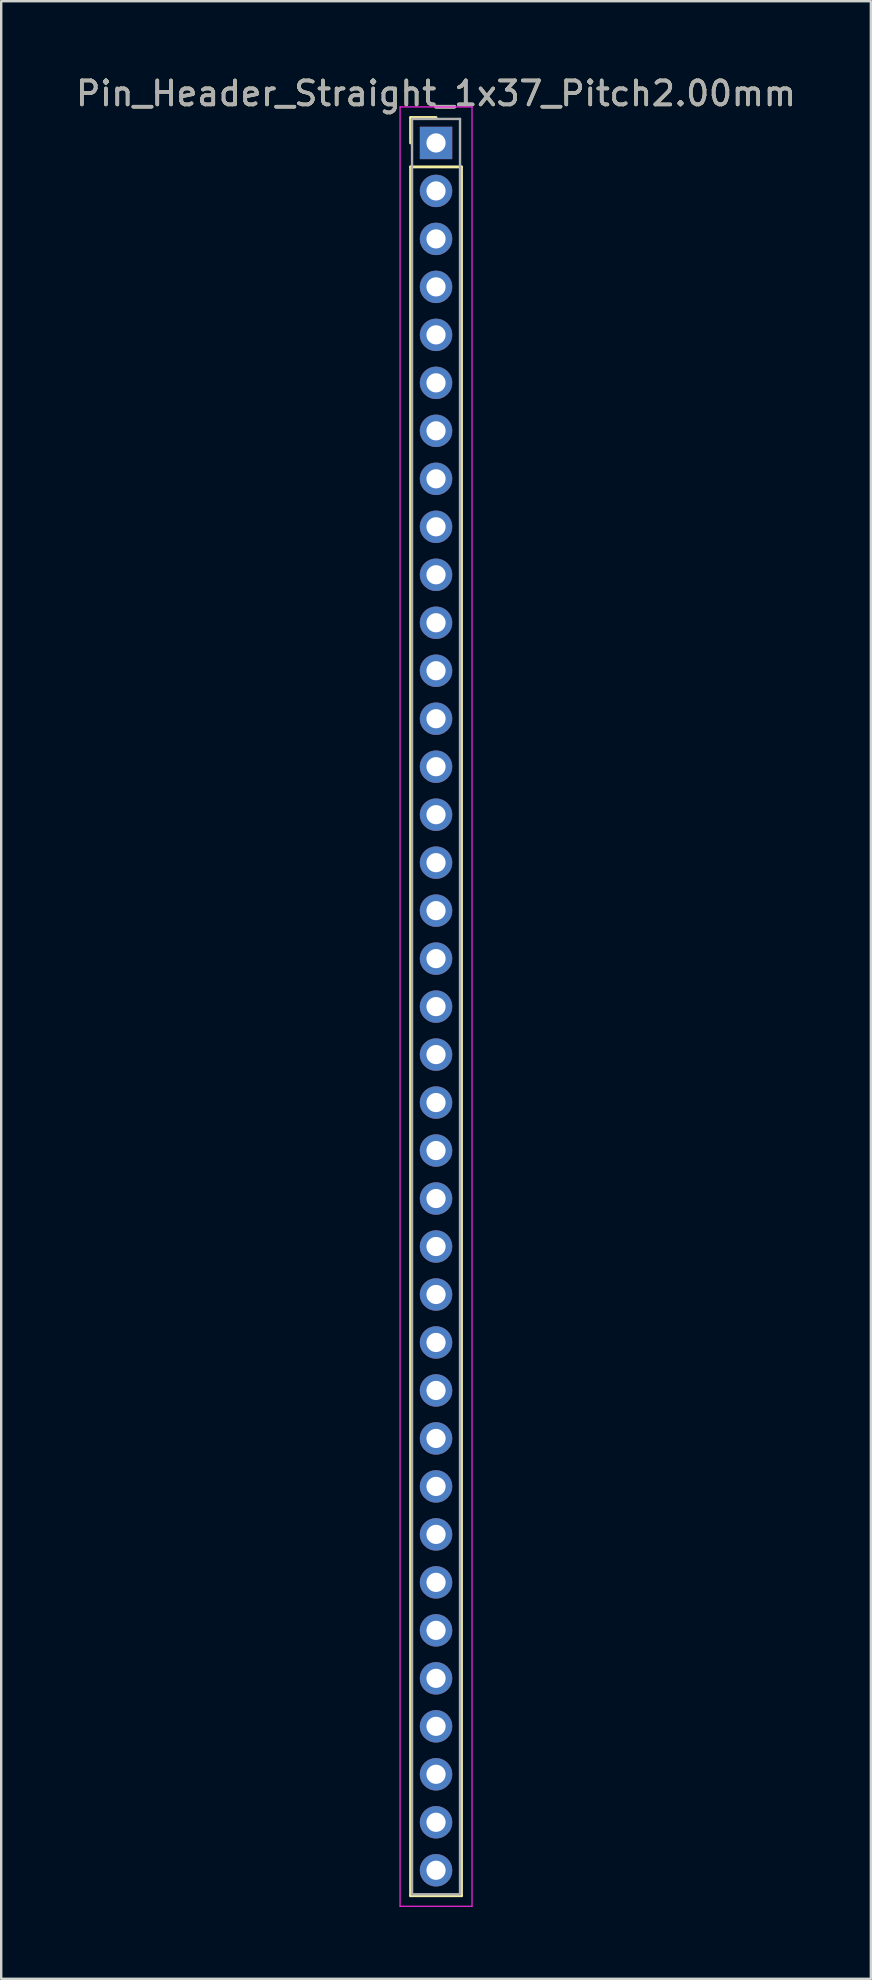
<source format=kicad_pcb>
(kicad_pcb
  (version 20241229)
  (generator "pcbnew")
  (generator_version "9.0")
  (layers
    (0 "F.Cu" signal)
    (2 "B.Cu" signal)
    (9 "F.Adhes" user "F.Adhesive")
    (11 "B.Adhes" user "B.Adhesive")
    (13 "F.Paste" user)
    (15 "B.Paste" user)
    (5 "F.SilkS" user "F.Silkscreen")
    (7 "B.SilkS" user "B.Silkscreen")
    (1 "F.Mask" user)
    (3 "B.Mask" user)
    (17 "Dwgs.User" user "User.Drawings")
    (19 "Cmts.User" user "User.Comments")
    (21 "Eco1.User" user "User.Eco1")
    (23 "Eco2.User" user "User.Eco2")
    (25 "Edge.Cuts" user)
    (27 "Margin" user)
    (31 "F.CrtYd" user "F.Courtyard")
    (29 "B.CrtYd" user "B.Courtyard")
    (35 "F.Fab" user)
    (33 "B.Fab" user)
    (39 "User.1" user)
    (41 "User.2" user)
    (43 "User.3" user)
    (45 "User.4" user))
  (footprint "Pin_Header_Straight_1x37_Pitch2.00mm"
    (layer "F.Cu")
    (at 15.125 2.908)
    (property "Reference" "Pin_Header_Straight_1x37_Pitch2.00mm" (at 0 -2.06 0) (layer "F.SilkS") (effects (font (size 1 1) (thickness 0.15))))
    (attr through_hole)
    (fp_line (start -1.06 -1.06) (end 0 -1.06) (stroke (width 0.12) (type solid)) (layer "F.SilkS"))
    (fp_line (start -1.06 0) (end -1.06 -1.06) (stroke (width 0.12) (type solid)) (layer "F.SilkS"))
    (fp_line (start -1.06 1) (end -1.06 73.06) (stroke (width 0.12) (type solid)) (layer "F.SilkS"))
    (fp_line (start -1.06 73.06) (end 1.06 73.06) (stroke (width 0.12) (type solid)) (layer "F.SilkS"))
    (fp_line (start 1.06 1) (end -1.06 1) (stroke (width 0.12) (type solid)) (layer "F.SilkS"))
    (fp_line (start 1.06 73.06) (end 1.06 1) (stroke (width 0.12) (type solid)) (layer "F.SilkS"))
    (fp_line (start -1.5 -1.5) (end -1.5 73.5) (stroke (width 0.05) (type solid)) (layer "F.CrtYd"))
    (fp_line (start -1.5 73.5) (end 1.5 73.5) (stroke (width 0.05) (type solid)) (layer "F.CrtYd"))
    (fp_line (start 1.5 -1.5) (end -1.5 -1.5) (stroke (width 0.05) (type solid)) (layer "F.CrtYd"))
    (fp_line (start 1.5 73.5) (end 1.5 -1.5) (stroke (width 0.05) (type solid)) (layer "F.CrtYd"))
    (fp_line (start -1 -1) (end -1 73) (stroke (width 0.1) (type solid)) (layer "F.Fab"))
    (fp_line (start -1 73) (end 1 73) (stroke (width 0.1) (type solid)) (layer "F.Fab"))
    (fp_line (start 1 -1) (end -1 -1) (stroke (width 0.1) (type solid)) (layer "F.Fab"))
    (fp_line (start 1 73) (end 1 -1) (stroke (width 0.1) (type solid)) (layer "F.Fab"))
    (fp_text user "${REFERENCE}" (at 0 -2.06 0) (layer "F.Fab") (effects (font (size 1 1) (thickness 0.15))))
    (pad "1" thru_hole rect (at 0 0) (size 1.35 1.35) (drill 0.8) (layers "*.Cu" "*.Mask"))
    (pad "2" thru_hole oval (at 0 2) (size 1.35 1.35) (drill 0.8) (layers "*.Cu" "*.Mask"))
    (pad "3" thru_hole oval (at 0 4) (size 1.35 1.35) (drill 0.8) (layers "*.Cu" "*.Mask"))
    (pad "4" thru_hole oval (at 0 6) (size 1.35 1.35) (drill 0.8) (layers "*.Cu" "*.Mask"))
    (pad "5" thru_hole oval (at 0 8) (size 1.35 1.35) (drill 0.8) (layers "*.Cu" "*.Mask"))
    (pad "6" thru_hole oval (at 0 10) (size 1.35 1.35) (drill 0.8) (layers "*.Cu" "*.Mask"))
    (pad "7" thru_hole oval (at 0 12) (size 1.35 1.35) (drill 0.8) (layers "*.Cu" "*.Mask"))
    (pad "8" thru_hole oval (at 0 14) (size 1.35 1.35) (drill 0.8) (layers "*.Cu" "*.Mask"))
    (pad "9" thru_hole oval (at 0 16) (size 1.35 1.35) (drill 0.8) (layers "*.Cu" "*.Mask"))
    (pad "10" thru_hole oval (at 0 18) (size 1.35 1.35) (drill 0.8) (layers "*.Cu" "*.Mask"))
    (pad "11" thru_hole oval (at 0 20) (size 1.35 1.35) (drill 0.8) (layers "*.Cu" "*.Mask"))
    (pad "12" thru_hole oval (at 0 22) (size 1.35 1.35) (drill 0.8) (layers "*.Cu" "*.Mask"))
    (pad "13" thru_hole oval (at 0 24) (size 1.35 1.35) (drill 0.8) (layers "*.Cu" "*.Mask"))
    (pad "14" thru_hole oval (at 0 26) (size 1.35 1.35) (drill 0.8) (layers "*.Cu" "*.Mask"))
    (pad "15" thru_hole oval (at 0 28) (size 1.35 1.35) (drill 0.8) (layers "*.Cu" "*.Mask"))
    (pad "16" thru_hole oval (at 0 30) (size 1.35 1.35) (drill 0.8) (layers "*.Cu" "*.Mask"))
    (pad "17" thru_hole oval (at 0 32) (size 1.35 1.35) (drill 0.8) (layers "*.Cu" "*.Mask"))
    (pad "18" thru_hole oval (at 0 34) (size 1.35 1.35) (drill 0.8) (layers "*.Cu" "*.Mask"))
    (pad "19" thru_hole oval (at 0 36) (size 1.35 1.35) (drill 0.8) (layers "*.Cu" "*.Mask"))
    (pad "20" thru_hole oval (at 0 38) (size 1.35 1.35) (drill 0.8) (layers "*.Cu" "*.Mask"))
    (pad "21" thru_hole oval (at 0 40) (size 1.35 1.35) (drill 0.8) (layers "*.Cu" "*.Mask"))
    (pad "22" thru_hole oval (at 0 42) (size 1.35 1.35) (drill 0.8) (layers "*.Cu" "*.Mask"))
    (pad "23" thru_hole oval (at 0 44) (size 1.35 1.35) (drill 0.8) (layers "*.Cu" "*.Mask"))
    (pad "24" thru_hole oval (at 0 46) (size 1.35 1.35) (drill 0.8) (layers "*.Cu" "*.Mask"))
    (pad "25" thru_hole oval (at 0 48) (size 1.35 1.35) (drill 0.8) (layers "*.Cu" "*.Mask"))
    (pad "26" thru_hole oval (at 0 50) (size 1.35 1.35) (drill 0.8) (layers "*.Cu" "*.Mask"))
    (pad "27" thru_hole oval (at 0 52) (size 1.35 1.35) (drill 0.8) (layers "*.Cu" "*.Mask"))
    (pad "28" thru_hole oval (at 0 54) (size 1.35 1.35) (drill 0.8) (layers "*.Cu" "*.Mask"))
    (pad "29" thru_hole oval (at 0 56) (size 1.35 1.35) (drill 0.8) (layers "*.Cu" "*.Mask"))
    (pad "30" thru_hole oval (at 0 58) (size 1.35 1.35) (drill 0.8) (layers "*.Cu" "*.Mask"))
    (pad "31" thru_hole oval (at 0 60) (size 1.35 1.35) (drill 0.8) (layers "*.Cu" "*.Mask"))
    (pad "32" thru_hole oval (at 0 62) (size 1.35 1.35) (drill 0.8) (layers "*.Cu" "*.Mask"))
    (pad "33" thru_hole oval (at 0 64) (size 1.35 1.35) (drill 0.8) (layers "*.Cu" "*.Mask"))
    (pad "34" thru_hole oval (at 0 66) (size 1.35 1.35) (drill 0.8) (layers "*.Cu" "*.Mask"))
    (pad "35" thru_hole oval (at 0 68) (size 1.35 1.35) (drill 0.8) (layers "*.Cu" "*.Mask"))
    (pad "36" thru_hole oval (at 0 70) (size 1.35 1.35) (drill 0.8) (layers "*.Cu" "*.Mask"))
    (pad "37" thru_hole oval (at 0 72) (size 1.35 1.35) (drill 0.8) (layers "*.Cu" "*.Mask")))
  (gr_rect
    (start -3 -3)
    (end 33.25 79.433)
    (stroke (width 0.1) (type default))
    (fill no)
    (layer "Edge.Cuts")))
</source>
